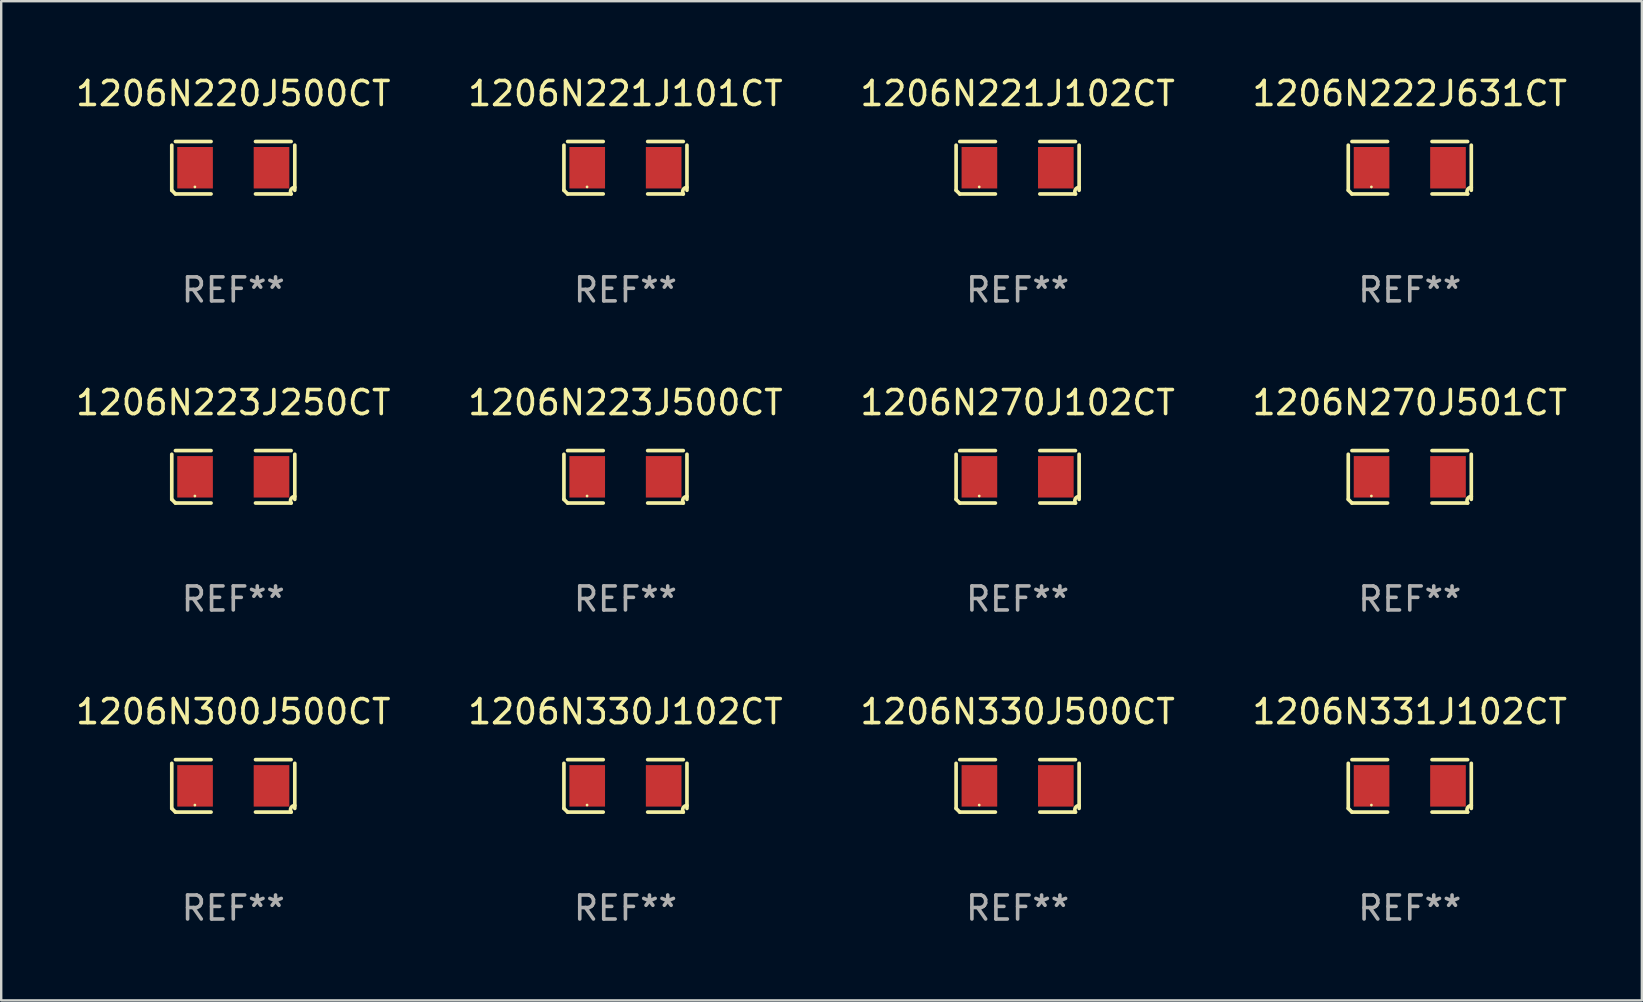
<source format=kicad_pcb>
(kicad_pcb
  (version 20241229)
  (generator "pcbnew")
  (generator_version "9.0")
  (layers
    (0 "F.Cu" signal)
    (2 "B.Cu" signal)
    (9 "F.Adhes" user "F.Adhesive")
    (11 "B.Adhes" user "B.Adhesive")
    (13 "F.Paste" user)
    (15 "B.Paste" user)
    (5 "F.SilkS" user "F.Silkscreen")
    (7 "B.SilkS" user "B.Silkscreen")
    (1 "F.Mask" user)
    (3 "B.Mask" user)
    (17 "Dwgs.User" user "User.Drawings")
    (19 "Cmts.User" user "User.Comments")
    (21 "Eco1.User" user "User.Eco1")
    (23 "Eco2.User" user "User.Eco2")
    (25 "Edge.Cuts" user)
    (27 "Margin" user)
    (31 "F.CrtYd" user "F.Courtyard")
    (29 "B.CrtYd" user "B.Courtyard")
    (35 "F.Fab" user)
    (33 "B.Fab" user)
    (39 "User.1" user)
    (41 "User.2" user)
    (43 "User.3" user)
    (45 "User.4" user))
  (footprint "1206N221J102CT"
    (layer "F.Cu")
    (at 39.363 3.941)
    (property "Reference" "1206N221J102CT" (at 0 -3.093 0) (layer "F.SilkS") (effects (font (size 1 1) (thickness 0.15))))
    (attr through_hole)
    (fp_line (start -2.564 0.94) (end -2.564 -0.94) (stroke (width 0.152) (type solid)) (layer "F.SilkS"))
    (fp_line (start -2.411 -1.093) (end -0.926 -1.093) (stroke (width 0.152) (type solid)) (layer "F.SilkS"))
    (fp_line (start -0.926 1.093) (end -2.411 1.093) (stroke (width 0.152) (type solid)) (layer "F.SilkS"))
    (fp_line (start 0.926 1.093) (end 2.411 1.093) (stroke (width 0.152) (type solid)) (layer "F.SilkS"))
    (fp_line (start 2.411 -1.093) (end 0.926 -1.093) (stroke (width 0.152) (type solid)) (layer "F.SilkS"))
    (fp_line (start 2.564 0.94) (end 2.564 -0.94) (stroke (width 0.152) (type solid)) (layer "F.SilkS"))
    (fp_arc (start -2.411201 1.092609) (mid -2.487413 1.01642) (end -2.563602 0.940208) (stroke (width 0.1524) (type solid)) (layer "F.SilkS"))
    (fp_arc (start 2.411201 1.092609) (mid 2.407159 0.911226) (end 2.563602 0.819347) (stroke (width 0.1524) (type solid)) (layer "F.SilkS"))
    (fp_circle (center -1.6 0.8) (end -1.57 0.8) (stroke (width 0.06) (type solid)) (fill no) (layer "F.SilkS"))
    (fp_text user "REF**" (at 0 5.093 0) (layer "F.Fab") (effects (font (size 1 1) (thickness 0.15))))
    (pad "1" smd rect (at -1.593 0) (size 1.485 1.728) (layers "F.Cu" "F.Mask" "F.Paste"))
    (pad "2" smd rect (at 1.593 0) (size 1.485 1.728) (layers "F.Cu" "F.Mask" "F.Paste")))
  (footprint "1206N222J631CT"
    (layer "F.Cu")
    (at 55.708 3.941)
    (property "Reference" "1206N222J631CT" (at 0 -3.093 0) (layer "F.SilkS") (effects (font (size 1 1) (thickness 0.15))))
    (attr through_hole)
    (fp_line (start -2.564 0.94) (end -2.564 -0.94) (stroke (width 0.152) (type solid)) (layer "F.SilkS"))
    (fp_line (start -2.411 -1.093) (end -0.926 -1.093) (stroke (width 0.152) (type solid)) (layer "F.SilkS"))
    (fp_line (start -0.926 1.093) (end -2.411 1.093) (stroke (width 0.152) (type solid)) (layer "F.SilkS"))
    (fp_line (start 0.926 1.093) (end 2.411 1.093) (stroke (width 0.152) (type solid)) (layer "F.SilkS"))
    (fp_line (start 2.411 -1.093) (end 0.926 -1.093) (stroke (width 0.152) (type solid)) (layer "F.SilkS"))
    (fp_line (start 2.564 0.94) (end 2.564 -0.94) (stroke (width 0.152) (type solid)) (layer "F.SilkS"))
    (fp_arc (start -2.411201 1.092609) (mid -2.487413 1.01642) (end -2.563602 0.940208) (stroke (width 0.1524) (type solid)) (layer "F.SilkS"))
    (fp_arc (start 2.411201 1.092609) (mid 2.407159 0.911226) (end 2.563602 0.819347) (stroke (width 0.1524) (type solid)) (layer "F.SilkS"))
    (fp_circle (center -1.6 0.8) (end -1.57 0.8) (stroke (width 0.06) (type solid)) (fill no) (layer "F.SilkS"))
    (fp_text user "REF**" (at 0 5.093 0) (layer "F.Fab") (effects (font (size 1 1) (thickness 0.15))))
    (pad "1" smd rect (at -1.593 0) (size 1.485 1.728) (layers "F.Cu" "F.Mask" "F.Paste"))
    (pad "2" smd rect (at 1.593 0) (size 1.485 1.728) (layers "F.Cu" "F.Mask" "F.Paste")))
  (footprint "1206N223J500CT"
    (layer "F.Cu")
    (at 23.018 16.823)
    (property "Reference" "1206N223J500CT" (at 0 -3.093 0) (layer "F.SilkS") (effects (font (size 1 1) (thickness 0.15))))
    (attr through_hole)
    (fp_line (start -2.564 0.94) (end -2.564 -0.94) (stroke (width 0.152) (type solid)) (layer "F.SilkS"))
    (fp_line (start -2.411 -1.093) (end -0.926 -1.093) (stroke (width 0.152) (type solid)) (layer "F.SilkS"))
    (fp_line (start -0.926 1.093) (end -2.411 1.093) (stroke (width 0.152) (type solid)) (layer "F.SilkS"))
    (fp_line (start 0.926 1.093) (end 2.411 1.093) (stroke (width 0.152) (type solid)) (layer "F.SilkS"))
    (fp_line (start 2.411 -1.093) (end 0.926 -1.093) (stroke (width 0.152) (type solid)) (layer "F.SilkS"))
    (fp_line (start 2.564 0.94) (end 2.564 -0.94) (stroke (width 0.152) (type solid)) (layer "F.SilkS"))
    (fp_arc (start -2.411201 1.092609) (mid -2.487413 1.01642) (end -2.563602 0.940208) (stroke (width 0.1524) (type solid)) (layer "F.SilkS"))
    (fp_arc (start 2.411201 1.092609) (mid 2.407159 0.911226) (end 2.563602 0.819347) (stroke (width 0.1524) (type solid)) (layer "F.SilkS"))
    (fp_circle (center -1.6 0.8) (end -1.57 0.8) (stroke (width 0.06) (type solid)) (fill no) (layer "F.SilkS"))
    (fp_text user "REF**" (at 0 5.093 0) (layer "F.Fab") (effects (font (size 1 1) (thickness 0.15))))
    (pad "1" smd rect (at -1.593 0) (size 1.485 1.728) (layers "F.Cu" "F.Mask" "F.Paste"))
    (pad "2" smd rect (at 1.593 0) (size 1.485 1.728) (layers "F.Cu" "F.Mask" "F.Paste")))
  (footprint "1206N330J500CT"
    (layer "F.Cu")
    (at 39.363 29.704)
    (property "Reference" "1206N330J500CT" (at 0 -3.093 0) (layer "F.SilkS") (effects (font (size 1 1) (thickness 0.15))))
    (attr through_hole)
    (fp_line (start -2.564 0.94) (end -2.564 -0.94) (stroke (width 0.152) (type solid)) (layer "F.SilkS"))
    (fp_line (start -2.411 -1.093) (end -0.926 -1.093) (stroke (width 0.152) (type solid)) (layer "F.SilkS"))
    (fp_line (start -0.926 1.093) (end -2.411 1.093) (stroke (width 0.152) (type solid)) (layer "F.SilkS"))
    (fp_line (start 0.926 1.093) (end 2.411 1.093) (stroke (width 0.152) (type solid)) (layer "F.SilkS"))
    (fp_line (start 2.411 -1.093) (end 0.926 -1.093) (stroke (width 0.152) (type solid)) (layer "F.SilkS"))
    (fp_line (start 2.564 0.94) (end 2.564 -0.94) (stroke (width 0.152) (type solid)) (layer "F.SilkS"))
    (fp_arc (start -2.411201 1.092609) (mid -2.487413 1.01642) (end -2.563602 0.940208) (stroke (width 0.1524) (type solid)) (layer "F.SilkS"))
    (fp_arc (start 2.411201 1.092609) (mid 2.407159 0.911226) (end 2.563602 0.819347) (stroke (width 0.1524) (type solid)) (layer "F.SilkS"))
    (fp_circle (center -1.6 0.8) (end -1.57 0.8) (stroke (width 0.06) (type solid)) (fill no) (layer "F.SilkS"))
    (fp_text user "REF**" (at 0 5.093 0) (layer "F.Fab") (effects (font (size 1 1) (thickness 0.15))))
    (pad "1" smd rect (at -1.593 0) (size 1.485 1.728) (layers "F.Cu" "F.Mask" "F.Paste"))
    (pad "2" smd rect (at 1.593 0) (size 1.485 1.728) (layers "F.Cu" "F.Mask" "F.Paste")))
  (footprint "1206N270J501CT"
    (layer "F.Cu")
    (at 55.708 16.823)
    (property "Reference" "1206N270J501CT" (at 0 -3.093 0) (layer "F.SilkS") (effects (font (size 1 1) (thickness 0.15))))
    (attr through_hole)
    (fp_line (start -2.564 0.94) (end -2.564 -0.94) (stroke (width 0.152) (type solid)) (layer "F.SilkS"))
    (fp_line (start -2.411 -1.093) (end -0.926 -1.093) (stroke (width 0.152) (type solid)) (layer "F.SilkS"))
    (fp_line (start -0.926 1.093) (end -2.411 1.093) (stroke (width 0.152) (type solid)) (layer "F.SilkS"))
    (fp_line (start 0.926 1.093) (end 2.411 1.093) (stroke (width 0.152) (type solid)) (layer "F.SilkS"))
    (fp_line (start 2.411 -1.093) (end 0.926 -1.093) (stroke (width 0.152) (type solid)) (layer "F.SilkS"))
    (fp_line (start 2.564 0.94) (end 2.564 -0.94) (stroke (width 0.152) (type solid)) (layer "F.SilkS"))
    (fp_arc (start -2.411201 1.092609) (mid -2.487413 1.01642) (end -2.563602 0.940208) (stroke (width 0.1524) (type solid)) (layer "F.SilkS"))
    (fp_arc (start 2.411201 1.092609) (mid 2.407159 0.911226) (end 2.563602 0.819347) (stroke (width 0.1524) (type solid)) (layer "F.SilkS"))
    (fp_circle (center -1.6 0.8) (end -1.57 0.8) (stroke (width 0.06) (type solid)) (fill no) (layer "F.SilkS"))
    (fp_text user "REF**" (at 0 5.093 0) (layer "F.Fab") (effects (font (size 1 1) (thickness 0.15))))
    (pad "1" smd rect (at -1.593 0) (size 1.485 1.728) (layers "F.Cu" "F.Mask" "F.Paste"))
    (pad "2" smd rect (at 1.593 0) (size 1.485 1.728) (layers "F.Cu" "F.Mask" "F.Paste")))
  (footprint "1206N330J102CT"
    (layer "F.Cu")
    (at 23.018 29.704)
    (property "Reference" "1206N330J102CT" (at 0 -3.093 0) (layer "F.SilkS") (effects (font (size 1 1) (thickness 0.15))))
    (attr through_hole)
    (fp_line (start -2.564 0.94) (end -2.564 -0.94) (stroke (width 0.152) (type solid)) (layer "F.SilkS"))
    (fp_line (start -2.411 -1.093) (end -0.926 -1.093) (stroke (width 0.152) (type solid)) (layer "F.SilkS"))
    (fp_line (start -0.926 1.093) (end -2.411 1.093) (stroke (width 0.152) (type solid)) (layer "F.SilkS"))
    (fp_line (start 0.926 1.093) (end 2.411 1.093) (stroke (width 0.152) (type solid)) (layer "F.SilkS"))
    (fp_line (start 2.411 -1.093) (end 0.926 -1.093) (stroke (width 0.152) (type solid)) (layer "F.SilkS"))
    (fp_line (start 2.564 0.94) (end 2.564 -0.94) (stroke (width 0.152) (type solid)) (layer "F.SilkS"))
    (fp_arc (start -2.411201 1.092609) (mid -2.487413 1.01642) (end -2.563602 0.940208) (stroke (width 0.1524) (type solid)) (layer "F.SilkS"))
    (fp_arc (start 2.411201 1.092609) (mid 2.407159 0.911226) (end 2.563602 0.819347) (stroke (width 0.1524) (type solid)) (layer "F.SilkS"))
    (fp_circle (center -1.6 0.8) (end -1.57 0.8) (stroke (width 0.06) (type solid)) (fill no) (layer "F.SilkS"))
    (fp_text user "REF**" (at 0 5.093 0) (layer "F.Fab") (effects (font (size 1 1) (thickness 0.15))))
    (pad "1" smd rect (at -1.593 0) (size 1.485 1.728) (layers "F.Cu" "F.Mask" "F.Paste"))
    (pad "2" smd rect (at 1.593 0) (size 1.485 1.728) (layers "F.Cu" "F.Mask" "F.Paste")))
  (footprint "1206N221J101CT"
    (layer "F.Cu")
    (at 23.018 3.941)
    (property "Reference" "1206N221J101CT" (at 0 -3.093 0) (layer "F.SilkS") (effects (font (size 1 1) (thickness 0.15))))
    (attr through_hole)
    (fp_line (start -2.564 0.94) (end -2.564 -0.94) (stroke (width 0.152) (type solid)) (layer "F.SilkS"))
    (fp_line (start -2.411 -1.093) (end -0.926 -1.093) (stroke (width 0.152) (type solid)) (layer "F.SilkS"))
    (fp_line (start -0.926 1.093) (end -2.411 1.093) (stroke (width 0.152) (type solid)) (layer "F.SilkS"))
    (fp_line (start 0.926 1.093) (end 2.411 1.093) (stroke (width 0.152) (type solid)) (layer "F.SilkS"))
    (fp_line (start 2.411 -1.093) (end 0.926 -1.093) (stroke (width 0.152) (type solid)) (layer "F.SilkS"))
    (fp_line (start 2.564 0.94) (end 2.564 -0.94) (stroke (width 0.152) (type solid)) (layer "F.SilkS"))
    (fp_arc (start -2.411201 1.092609) (mid -2.487413 1.01642) (end -2.563602 0.940208) (stroke (width 0.1524) (type solid)) (layer "F.SilkS"))
    (fp_arc (start 2.411201 1.092609) (mid 2.407159 0.911226) (end 2.563602 0.819347) (stroke (width 0.1524) (type solid)) (layer "F.SilkS"))
    (fp_circle (center -1.6 0.8) (end -1.57 0.8) (stroke (width 0.06) (type solid)) (fill no) (layer "F.SilkS"))
    (fp_text user "REF**" (at 0 5.093 0) (layer "F.Fab") (effects (font (size 1 1) (thickness 0.15))))
    (pad "1" smd rect (at -1.593 0) (size 1.485 1.728) (layers "F.Cu" "F.Mask" "F.Paste"))
    (pad "2" smd rect (at 1.593 0) (size 1.485 1.728) (layers "F.Cu" "F.Mask" "F.Paste")))
  (footprint "1206N300J500CT"
    (layer "F.Cu")
    (at 6.673 29.704)
    (property "Reference" "1206N300J500CT" (at 0 -3.093 0) (layer "F.SilkS") (effects (font (size 1 1) (thickness 0.15))))
    (attr through_hole)
    (fp_line (start -2.564 0.94) (end -2.564 -0.94) (stroke (width 0.152) (type solid)) (layer "F.SilkS"))
    (fp_line (start -2.411 -1.093) (end -0.926 -1.093) (stroke (width 0.152) (type solid)) (layer "F.SilkS"))
    (fp_line (start -0.926 1.093) (end -2.411 1.093) (stroke (width 0.152) (type solid)) (layer "F.SilkS"))
    (fp_line (start 0.926 1.093) (end 2.411 1.093) (stroke (width 0.152) (type solid)) (layer "F.SilkS"))
    (fp_line (start 2.411 -1.093) (end 0.926 -1.093) (stroke (width 0.152) (type solid)) (layer "F.SilkS"))
    (fp_line (start 2.564 0.94) (end 2.564 -0.94) (stroke (width 0.152) (type solid)) (layer "F.SilkS"))
    (fp_arc (start -2.411201 1.092609) (mid -2.487413 1.01642) (end -2.563602 0.940208) (stroke (width 0.1524) (type solid)) (layer "F.SilkS"))
    (fp_arc (start 2.411201 1.092609) (mid 2.407159 0.911226) (end 2.563602 0.819347) (stroke (width 0.1524) (type solid)) (layer "F.SilkS"))
    (fp_circle (center -1.6 0.8) (end -1.57 0.8) (stroke (width 0.06) (type solid)) (fill no) (layer "F.SilkS"))
    (fp_text user "REF**" (at 0 5.093 0) (layer "F.Fab") (effects (font (size 1 1) (thickness 0.15))))
    (pad "1" smd rect (at -1.593 0) (size 1.485 1.728) (layers "F.Cu" "F.Mask" "F.Paste"))
    (pad "2" smd rect (at 1.593 0) (size 1.485 1.728) (layers "F.Cu" "F.Mask" "F.Paste")))
  (footprint "1206N220J500CT"
    (layer "F.Cu")
    (at 6.673 3.941)
    (property "Reference" "1206N220J500CT" (at 0 -3.093 0) (layer "F.SilkS") (effects (font (size 1 1) (thickness 0.15))))
    (attr through_hole)
    (fp_line (start -2.564 0.94) (end -2.564 -0.94) (stroke (width 0.152) (type solid)) (layer "F.SilkS"))
    (fp_line (start -2.411 -1.093) (end -0.926 -1.093) (stroke (width 0.152) (type solid)) (layer "F.SilkS"))
    (fp_line (start -0.926 1.093) (end -2.411 1.093) (stroke (width 0.152) (type solid)) (layer "F.SilkS"))
    (fp_line (start 0.926 1.093) (end 2.411 1.093) (stroke (width 0.152) (type solid)) (layer "F.SilkS"))
    (fp_line (start 2.411 -1.093) (end 0.926 -1.093) (stroke (width 0.152) (type solid)) (layer "F.SilkS"))
    (fp_line (start 2.564 0.94) (end 2.564 -0.94) (stroke (width 0.152) (type solid)) (layer "F.SilkS"))
    (fp_arc (start -2.411201 1.092609) (mid -2.487413 1.01642) (end -2.563602 0.940208) (stroke (width 0.1524) (type solid)) (layer "F.SilkS"))
    (fp_arc (start 2.411201 1.092609) (mid 2.407159 0.911226) (end 2.563602 0.819347) (stroke (width 0.1524) (type solid)) (layer "F.SilkS"))
    (fp_circle (center -1.6 0.8) (end -1.57 0.8) (stroke (width 0.06) (type solid)) (fill no) (layer "F.SilkS"))
    (fp_text user "REF**" (at 0 5.093 0) (layer "F.Fab") (effects (font (size 1 1) (thickness 0.15))))
    (pad "1" smd rect (at -1.593 0) (size 1.485 1.728) (layers "F.Cu" "F.Mask" "F.Paste"))
    (pad "2" smd rect (at 1.593 0) (size 1.485 1.728) (layers "F.Cu" "F.Mask" "F.Paste")))
  (footprint "1206N223J250CT"
    (layer "F.Cu")
    (at 6.673 16.823)
    (property "Reference" "1206N223J250CT" (at 0 -3.093 0) (layer "F.SilkS") (effects (font (size 1 1) (thickness 0.15))))
    (attr through_hole)
    (fp_line (start -2.564 0.94) (end -2.564 -0.94) (stroke (width 0.152) (type solid)) (layer "F.SilkS"))
    (fp_line (start -2.411 -1.093) (end -0.926 -1.093) (stroke (width 0.152) (type solid)) (layer "F.SilkS"))
    (fp_line (start -0.926 1.093) (end -2.411 1.093) (stroke (width 0.152) (type solid)) (layer "F.SilkS"))
    (fp_line (start 0.926 1.093) (end 2.411 1.093) (stroke (width 0.152) (type solid)) (layer "F.SilkS"))
    (fp_line (start 2.411 -1.093) (end 0.926 -1.093) (stroke (width 0.152) (type solid)) (layer "F.SilkS"))
    (fp_line (start 2.564 0.94) (end 2.564 -0.94) (stroke (width 0.152) (type solid)) (layer "F.SilkS"))
    (fp_arc (start -2.411201 1.092609) (mid -2.487413 1.01642) (end -2.563602 0.940208) (stroke (width 0.1524) (type solid)) (layer "F.SilkS"))
    (fp_arc (start 2.411201 1.092609) (mid 2.407159 0.911226) (end 2.563602 0.819347) (stroke (width 0.1524) (type solid)) (layer "F.SilkS"))
    (fp_circle (center -1.6 0.8) (end -1.57 0.8) (stroke (width 0.06) (type solid)) (fill no) (layer "F.SilkS"))
    (fp_text user "REF**" (at 0 5.093 0) (layer "F.Fab") (effects (font (size 1 1) (thickness 0.15))))
    (pad "1" smd rect (at -1.593 0) (size 1.485 1.728) (layers "F.Cu" "F.Mask" "F.Paste"))
    (pad "2" smd rect (at 1.593 0) (size 1.485 1.728) (layers "F.Cu" "F.Mask" "F.Paste")))
  (footprint "1206N270J102CT"
    (layer "F.Cu")
    (at 39.363 16.823)
    (property "Reference" "1206N270J102CT" (at 0 -3.093 0) (layer "F.SilkS") (effects (font (size 1 1) (thickness 0.15))))
    (attr through_hole)
    (fp_line (start -2.564 0.94) (end -2.564 -0.94) (stroke (width 0.152) (type solid)) (layer "F.SilkS"))
    (fp_line (start -2.411 -1.093) (end -0.926 -1.093) (stroke (width 0.152) (type solid)) (layer "F.SilkS"))
    (fp_line (start -0.926 1.093) (end -2.411 1.093) (stroke (width 0.152) (type solid)) (layer "F.SilkS"))
    (fp_line (start 0.926 1.093) (end 2.411 1.093) (stroke (width 0.152) (type solid)) (layer "F.SilkS"))
    (fp_line (start 2.411 -1.093) (end 0.926 -1.093) (stroke (width 0.152) (type solid)) (layer "F.SilkS"))
    (fp_line (start 2.564 0.94) (end 2.564 -0.94) (stroke (width 0.152) (type solid)) (layer "F.SilkS"))
    (fp_arc (start -2.411201 1.092609) (mid -2.487413 1.01642) (end -2.563602 0.940208) (stroke (width 0.1524) (type solid)) (layer "F.SilkS"))
    (fp_arc (start 2.411201 1.092609) (mid 2.407159 0.911226) (end 2.563602 0.819347) (stroke (width 0.1524) (type solid)) (layer "F.SilkS"))
    (fp_circle (center -1.6 0.8) (end -1.57 0.8) (stroke (width 0.06) (type solid)) (fill no) (layer "F.SilkS"))
    (fp_text user "REF**" (at 0 5.093 0) (layer "F.Fab") (effects (font (size 1 1) (thickness 0.15))))
    (pad "1" smd rect (at -1.593 0) (size 1.485 1.728) (layers "F.Cu" "F.Mask" "F.Paste"))
    (pad "2" smd rect (at 1.593 0) (size 1.485 1.728) (layers "F.Cu" "F.Mask" "F.Paste")))
  (footprint "1206N331J102CT"
    (layer "F.Cu")
    (at 55.708 29.704)
    (property "Reference" "1206N331J102CT" (at 0 -3.093 0) (layer "F.SilkS") (effects (font (size 1 1) (thickness 0.15))))
    (attr through_hole)
    (fp_line (start -2.564 0.94) (end -2.564 -0.94) (stroke (width 0.152) (type solid)) (layer "F.SilkS"))
    (fp_line (start -2.411 -1.093) (end -0.926 -1.093) (stroke (width 0.152) (type solid)) (layer "F.SilkS"))
    (fp_line (start -0.926 1.093) (end -2.411 1.093) (stroke (width 0.152) (type solid)) (layer "F.SilkS"))
    (fp_line (start 0.926 1.093) (end 2.411 1.093) (stroke (width 0.152) (type solid)) (layer "F.SilkS"))
    (fp_line (start 2.411 -1.093) (end 0.926 -1.093) (stroke (width 0.152) (type solid)) (layer "F.SilkS"))
    (fp_line (start 2.564 0.94) (end 2.564 -0.94) (stroke (width 0.152) (type solid)) (layer "F.SilkS"))
    (fp_arc (start -2.411201 1.092609) (mid -2.487413 1.01642) (end -2.563602 0.940208) (stroke (width 0.1524) (type solid)) (layer "F.SilkS"))
    (fp_arc (start 2.411201 1.092609) (mid 2.407159 0.911226) (end 2.563602 0.819347) (stroke (width 0.1524) (type solid)) (layer "F.SilkS"))
    (fp_circle (center -1.6 0.8) (end -1.57 0.8) (stroke (width 0.06) (type solid)) (fill no) (layer "F.SilkS"))
    (fp_text user "REF**" (at 0 5.093 0) (layer "F.Fab") (effects (font (size 1 1) (thickness 0.15))))
    (pad "1" smd rect (at -1.593 0) (size 1.485 1.728) (layers "F.Cu" "F.Mask" "F.Paste"))
    (pad "2" smd rect (at 1.593 0) (size 1.485 1.728) (layers "F.Cu" "F.Mask" "F.Paste")))
  (gr_rect
    (start -3 -3)
    (end 65.381 38.645)
    (stroke (width 0.1) (type default))
    (fill no)
    (layer "Edge.Cuts")))
</source>
